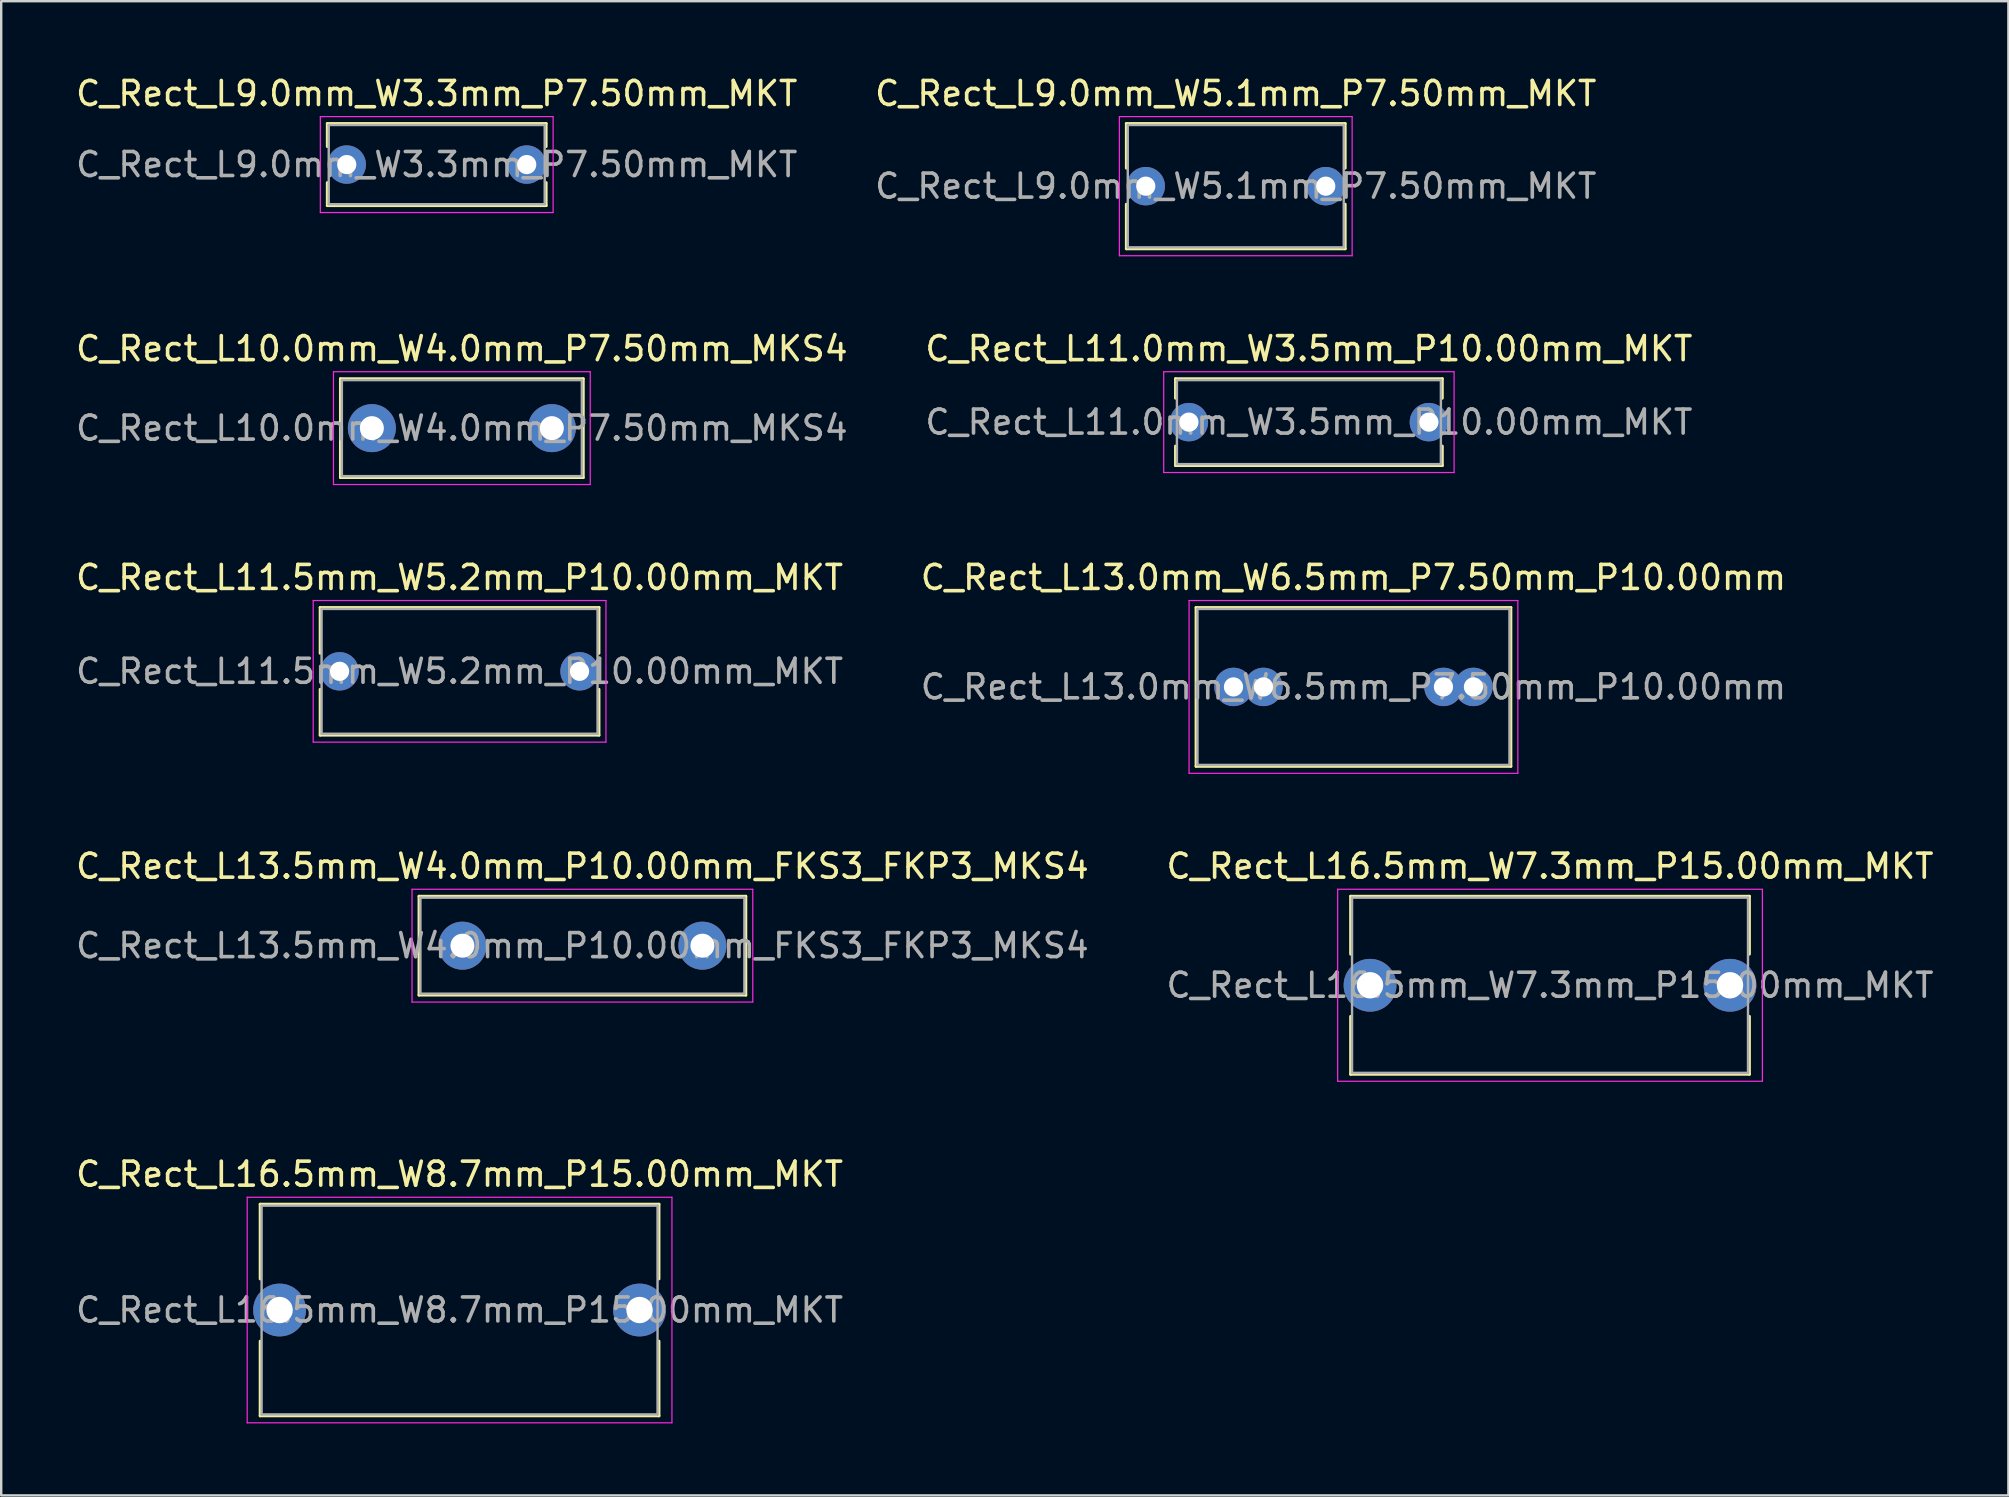
<source format=kicad_pcb>
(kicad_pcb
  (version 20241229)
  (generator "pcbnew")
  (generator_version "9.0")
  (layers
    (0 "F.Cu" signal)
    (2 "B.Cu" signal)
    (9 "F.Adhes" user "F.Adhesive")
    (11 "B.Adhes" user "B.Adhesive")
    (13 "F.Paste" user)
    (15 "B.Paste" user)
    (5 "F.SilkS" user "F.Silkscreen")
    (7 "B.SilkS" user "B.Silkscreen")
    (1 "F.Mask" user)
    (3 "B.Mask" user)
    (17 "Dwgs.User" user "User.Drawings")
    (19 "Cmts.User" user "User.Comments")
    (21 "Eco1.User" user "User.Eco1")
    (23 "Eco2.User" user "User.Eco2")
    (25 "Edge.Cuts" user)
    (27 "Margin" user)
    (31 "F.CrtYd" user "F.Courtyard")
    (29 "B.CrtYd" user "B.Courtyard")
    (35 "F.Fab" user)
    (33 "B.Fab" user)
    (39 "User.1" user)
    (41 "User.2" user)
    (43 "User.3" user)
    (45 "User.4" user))
  (footprint "C_Rect_L13.0mm_W6.5mm_P7.50mm_P10.00mm"
    (layer "F.Cu")
    (at 48.351 25.575)
    (property "Reference" "C_Rect_L13.0mm_W6.5mm_P7.50mm_P10.00mm" (at 5 -4.56 0) (layer "F.SilkS") (effects (font (size 1 1) (thickness 0.15))))
    (attr through_hole)
    (fp_line (start -1.56 -3.31) (end -1.56 3.31) (stroke (width 0.12) (type solid)) (layer "F.SilkS"))
    (fp_line (start -1.56 -3.31) (end 11.56 -3.31) (stroke (width 0.12) (type solid)) (layer "F.SilkS"))
    (fp_line (start -1.56 3.31) (end 11.56 3.31) (stroke (width 0.12) (type solid)) (layer "F.SilkS"))
    (fp_line (start 11.56 -3.31) (end 11.56 3.31) (stroke (width 0.12) (type solid)) (layer "F.SilkS"))
    (fp_line (start -1.85 -3.6) (end -1.85 3.6) (stroke (width 0.05) (type solid)) (layer "F.CrtYd"))
    (fp_line (start -1.85 3.6) (end 11.85 3.6) (stroke (width 0.05) (type solid)) (layer "F.CrtYd"))
    (fp_line (start 11.85 -3.6) (end -1.85 -3.6) (stroke (width 0.05) (type solid)) (layer "F.CrtYd"))
    (fp_line (start 11.85 3.6) (end 11.85 -3.6) (stroke (width 0.05) (type solid)) (layer "F.CrtYd"))
    (fp_line (start -1.5 -3.25) (end -1.5 3.25) (stroke (width 0.1) (type solid)) (layer "F.Fab"))
    (fp_line (start -1.5 3.25) (end 11.5 3.25) (stroke (width 0.1) (type solid)) (layer "F.Fab"))
    (fp_line (start 11.5 -3.25) (end -1.5 -3.25) (stroke (width 0.1) (type solid)) (layer "F.Fab"))
    (fp_line (start 11.5 3.25) (end 11.5 -3.25) (stroke (width 0.1) (type solid)) (layer "F.Fab"))
    (fp_text user "${REFERENCE}" (at 5 0 0) (layer "F.Fab") (effects (font (size 1 1) (thickness 0.15))))
    (pad "1" thru_hole circle (at 0 0) (size 1.6 1.6) (drill 0.8) (layers "*.Cu" "*.Mask"))
    (pad "1" thru_hole circle (at 1.25 0) (size 1.6 1.6) (drill 0.8) (layers "*.Cu" "*.Mask"))
    (pad "2" thru_hole circle (at 8.75 0) (size 1.6 1.6) (drill 0.8) (layers "*.Cu" "*.Mask"))
    (pad "2" thru_hole circle (at 10 0) (size 1.6 1.6) (drill 0.8) (layers "*.Cu" "*.Mask")))
  (footprint "C_Rect_L10.0mm_W4.0mm_P7.50mm_MKS4"
    (layer "F.Cu")
    (at 12.446 14.791)
    (property "Reference" "C_Rect_L10.0mm_W4.0mm_P7.50mm_MKS4" (at 3.75 -3.31 0) (layer "F.SilkS") (effects (font (size 1 1) (thickness 0.15))))
    (attr through_hole)
    (fp_line (start -1.31 -2.06) (end -1.31 2.06) (stroke (width 0.12) (type solid)) (layer "F.SilkS"))
    (fp_line (start -1.31 -2.06) (end 8.81 -2.06) (stroke (width 0.12) (type solid)) (layer "F.SilkS"))
    (fp_line (start -1.31 2.06) (end 8.81 2.06) (stroke (width 0.12) (type solid)) (layer "F.SilkS"))
    (fp_line (start 8.81 -2.06) (end 8.81 2.06) (stroke (width 0.12) (type solid)) (layer "F.SilkS"))
    (fp_line (start -1.6 -2.35) (end -1.6 2.35) (stroke (width 0.05) (type solid)) (layer "F.CrtYd"))
    (fp_line (start -1.6 2.35) (end 9.1 2.35) (stroke (width 0.05) (type solid)) (layer "F.CrtYd"))
    (fp_line (start 9.1 -2.35) (end -1.6 -2.35) (stroke (width 0.05) (type solid)) (layer "F.CrtYd"))
    (fp_line (start 9.1 2.35) (end 9.1 -2.35) (stroke (width 0.05) (type solid)) (layer "F.CrtYd"))
    (fp_line (start -1.25 -2) (end -1.25 2) (stroke (width 0.1) (type solid)) (layer "F.Fab"))
    (fp_line (start -1.25 2) (end 8.75 2) (stroke (width 0.1) (type solid)) (layer "F.Fab"))
    (fp_line (start 8.75 -2) (end -1.25 -2) (stroke (width 0.1) (type solid)) (layer "F.Fab"))
    (fp_line (start 8.75 2) (end 8.75 -2) (stroke (width 0.1) (type solid)) (layer "F.Fab"))
    (fp_text user "${REFERENCE}" (at 3.75 0 0) (layer "F.Fab") (effects (font (size 1 1) (thickness 0.15))))
    (pad "1" thru_hole circle (at 0 0) (size 2 2) (drill 1) (layers "*.Cu" "*.Mask"))
    (pad "2" thru_hole circle (at 7.5 0) (size 2 2) (drill 1) (layers "*.Cu" "*.Mask")))
  (footprint "C_Rect_L11.5mm_W5.2mm_P10.00mm_MKT"
    (layer "F.Cu")
    (at 11.101 24.925)
    (property "Reference" "C_Rect_L11.5mm_W5.2mm_P10.00mm_MKT" (at 5 -3.91 0) (layer "F.SilkS") (effects (font (size 1 1) (thickness 0.15))))
    (attr through_hole)
    (fp_line (start -0.81 -2.66) (end -0.81 -0.75) (stroke (width 0.12) (type solid)) (layer "F.SilkS"))
    (fp_line (start -0.81 -2.66) (end 10.81 -2.66) (stroke (width 0.12) (type solid)) (layer "F.SilkS"))
    (fp_line (start -0.81 0.75) (end -0.81 2.66) (stroke (width 0.12) (type solid)) (layer "F.SilkS"))
    (fp_line (start -0.81 2.66) (end 10.81 2.66) (stroke (width 0.12) (type solid)) (layer "F.SilkS"))
    (fp_line (start 10.81 -2.66) (end 10.81 -0.75) (stroke (width 0.12) (type solid)) (layer "F.SilkS"))
    (fp_line (start 10.81 0.75) (end 10.81 2.66) (stroke (width 0.12) (type solid)) (layer "F.SilkS"))
    (fp_line (start -1.1 -2.95) (end -1.1 2.95) (stroke (width 0.05) (type solid)) (layer "F.CrtYd"))
    (fp_line (start -1.1 2.95) (end 11.1 2.95) (stroke (width 0.05) (type solid)) (layer "F.CrtYd"))
    (fp_line (start 11.1 -2.95) (end -1.1 -2.95) (stroke (width 0.05) (type solid)) (layer "F.CrtYd"))
    (fp_line (start 11.1 2.95) (end 11.1 -2.95) (stroke (width 0.05) (type solid)) (layer "F.CrtYd"))
    (fp_line (start -0.75 -2.6) (end -0.75 2.6) (stroke (width 0.1) (type solid)) (layer "F.Fab"))
    (fp_line (start -0.75 2.6) (end 10.75 2.6) (stroke (width 0.1) (type solid)) (layer "F.Fab"))
    (fp_line (start 10.75 -2.6) (end -0.75 -2.6) (stroke (width 0.1) (type solid)) (layer "F.Fab"))
    (fp_line (start 10.75 2.6) (end 10.75 -2.6) (stroke (width 0.1) (type solid)) (layer "F.Fab"))
    (fp_text user "${REFERENCE}" (at 5 0 0) (layer "F.Fab") (effects (font (size 1 1) (thickness 0.15))))
    (pad "1" thru_hole circle (at 0 0) (size 1.6 1.6) (drill 0.8) (layers "*.Cu" "*.Mask"))
    (pad "2" thru_hole circle (at 10 0) (size 1.6 1.6) (drill 0.8) (layers "*.Cu" "*.Mask")))
  (footprint "C_Rect_L9.0mm_W3.3mm_P7.50mm_MKT"
    (layer "F.Cu")
    (at 11.399 3.808)
    (property "Reference" "C_Rect_L9.0mm_W3.3mm_P7.50mm_MKT" (at 3.75 -2.96 0) (layer "F.SilkS") (effects (font (size 1 1) (thickness 0.15))))
    (attr through_hole)
    (fp_line (start -0.81 -1.71) (end -0.81 -0.75) (stroke (width 0.12) (type solid)) (layer "F.SilkS"))
    (fp_line (start -0.81 -1.71) (end 8.31 -1.71) (stroke (width 0.12) (type solid)) (layer "F.SilkS"))
    (fp_line (start -0.81 0.75) (end -0.81 1.71) (stroke (width 0.12) (type solid)) (layer "F.SilkS"))
    (fp_line (start -0.81 1.71) (end 8.31 1.71) (stroke (width 0.12) (type solid)) (layer "F.SilkS"))
    (fp_line (start 8.31 -1.71) (end 8.31 -0.75) (stroke (width 0.12) (type solid)) (layer "F.SilkS"))
    (fp_line (start 8.31 0.75) (end 8.31 1.71) (stroke (width 0.12) (type solid)) (layer "F.SilkS"))
    (fp_line (start -1.1 -2) (end -1.1 2) (stroke (width 0.05) (type solid)) (layer "F.CrtYd"))
    (fp_line (start -1.1 2) (end 8.6 2) (stroke (width 0.05) (type solid)) (layer "F.CrtYd"))
    (fp_line (start 8.6 -2) (end -1.1 -2) (stroke (width 0.05) (type solid)) (layer "F.CrtYd"))
    (fp_line (start 8.6 2) (end 8.6 -2) (stroke (width 0.05) (type solid)) (layer "F.CrtYd"))
    (fp_line (start -0.75 -1.65) (end -0.75 1.65) (stroke (width 0.1) (type solid)) (layer "F.Fab"))
    (fp_line (start -0.75 1.65) (end 8.25 1.65) (stroke (width 0.1) (type solid)) (layer "F.Fab"))
    (fp_line (start 8.25 -1.65) (end -0.75 -1.65) (stroke (width 0.1) (type solid)) (layer "F.Fab"))
    (fp_line (start 8.25 1.65) (end 8.25 -1.65) (stroke (width 0.1) (type solid)) (layer "F.Fab"))
    (fp_text user "${REFERENCE}" (at 3.75 0 0) (layer "F.Fab") (effects (font (size 1 1) (thickness 0.15))))
    (pad "1" thru_hole circle (at 0 0) (size 1.6 1.6) (drill 0.8) (layers "*.Cu" "*.Mask"))
    (pad "2" thru_hole circle (at 7.5 0) (size 1.6 1.6) (drill 0.8) (layers "*.Cu" "*.Mask")))
  (footprint "C_Rect_L16.5mm_W7.3mm_P15.00mm_MKT"
    (layer "F.Cu")
    (at 54.042 38.008)
    (property "Reference" "C_Rect_L16.5mm_W7.3mm_P15.00mm_MKT" (at 7.5 -4.96 0) (layer "F.SilkS") (effects (font (size 1 1) (thickness 0.15))))
    (attr through_hole)
    (fp_line (start -0.81 -3.71) (end -0.81 -1.296) (stroke (width 0.12) (type solid)) (layer "F.SilkS"))
    (fp_line (start -0.81 -3.71) (end 15.81 -3.71) (stroke (width 0.12) (type solid)) (layer "F.SilkS"))
    (fp_line (start -0.81 1.296) (end -0.81 3.71) (stroke (width 0.12) (type solid)) (layer "F.SilkS"))
    (fp_line (start -0.81 3.71) (end 15.81 3.71) (stroke (width 0.12) (type solid)) (layer "F.SilkS"))
    (fp_line (start 15.81 -3.71) (end 15.81 -1.296) (stroke (width 0.12) (type solid)) (layer "F.SilkS"))
    (fp_line (start 15.81 1.296) (end 15.81 3.71) (stroke (width 0.12) (type solid)) (layer "F.SilkS"))
    (fp_line (start -1.35 -4) (end -1.35 4) (stroke (width 0.05) (type solid)) (layer "F.CrtYd"))
    (fp_line (start -1.35 4) (end 16.35 4) (stroke (width 0.05) (type solid)) (layer "F.CrtYd"))
    (fp_line (start 16.35 -4) (end -1.35 -4) (stroke (width 0.05) (type solid)) (layer "F.CrtYd"))
    (fp_line (start 16.35 4) (end 16.35 -4) (stroke (width 0.05) (type solid)) (layer "F.CrtYd"))
    (fp_line (start -0.75 -3.65) (end -0.75 3.65) (stroke (width 0.1) (type solid)) (layer "F.Fab"))
    (fp_line (start -0.75 3.65) (end 15.75 3.65) (stroke (width 0.1) (type solid)) (layer "F.Fab"))
    (fp_line (start 15.75 -3.65) (end -0.75 -3.65) (stroke (width 0.1) (type solid)) (layer "F.Fab"))
    (fp_line (start 15.75 3.65) (end 15.75 -3.65) (stroke (width 0.1) (type solid)) (layer "F.Fab"))
    (fp_text user "${REFERENCE}" (at 7.5 0 0) (layer "F.Fab") (effects (font (size 1 1) (thickness 0.15))))
    (pad "1" thru_hole circle (at 0 0) (size 2.2 2.2) (drill 1.1) (layers "*.Cu" "*.Mask"))
    (pad "2" thru_hole circle (at 15 0) (size 2.2 2.2) (drill 1.1) (layers "*.Cu" "*.Mask")))
  (footprint "C_Rect_L11.0mm_W3.5mm_P10.00mm_MKT"
    (layer "F.Cu")
    (at 46.494 14.541)
    (property "Reference" "C_Rect_L11.0mm_W3.5mm_P10.00mm_MKT" (at 5 -3.06 0) (layer "F.SilkS") (effects (font (size 1 1) (thickness 0.15))))
    (attr through_hole)
    (fp_line (start -0.56 -1.81) (end -0.56 -0.996) (stroke (width 0.12) (type solid)) (layer "F.SilkS"))
    (fp_line (start -0.56 -1.81) (end 10.56 -1.81) (stroke (width 0.12) (type solid)) (layer "F.SilkS"))
    (fp_line (start -0.56 0.996) (end -0.56 1.81) (stroke (width 0.12) (type solid)) (layer "F.SilkS"))
    (fp_line (start -0.56 1.81) (end 10.56 1.81) (stroke (width 0.12) (type solid)) (layer "F.SilkS"))
    (fp_line (start 10.56 -1.81) (end 10.56 -0.996) (stroke (width 0.12) (type solid)) (layer "F.SilkS"))
    (fp_line (start 10.56 0.996) (end 10.56 1.81) (stroke (width 0.12) (type solid)) (layer "F.SilkS"))
    (fp_line (start -1.05 -2.1) (end -1.05 2.1) (stroke (width 0.05) (type solid)) (layer "F.CrtYd"))
    (fp_line (start -1.05 2.1) (end 11.05 2.1) (stroke (width 0.05) (type solid)) (layer "F.CrtYd"))
    (fp_line (start 11.05 -2.1) (end -1.05 -2.1) (stroke (width 0.05) (type solid)) (layer "F.CrtYd"))
    (fp_line (start 11.05 2.1) (end 11.05 -2.1) (stroke (width 0.05) (type solid)) (layer "F.CrtYd"))
    (fp_line (start -0.5 -1.75) (end -0.5 1.75) (stroke (width 0.1) (type solid)) (layer "F.Fab"))
    (fp_line (start -0.5 1.75) (end 10.5 1.75) (stroke (width 0.1) (type solid)) (layer "F.Fab"))
    (fp_line (start 10.5 -1.75) (end -0.5 -1.75) (stroke (width 0.1) (type solid)) (layer "F.Fab"))
    (fp_line (start 10.5 1.75) (end 10.5 -1.75) (stroke (width 0.1) (type solid)) (layer "F.Fab"))
    (fp_text user "${REFERENCE}" (at 5 0 0) (layer "F.Fab") (effects (font (size 1 1) (thickness 0.15))))
    (pad "1" thru_hole circle (at 0 0) (size 1.6 1.6) (drill 0.8) (layers "*.Cu" "*.Mask"))
    (pad "2" thru_hole circle (at 10 0) (size 1.6 1.6) (drill 0.8) (layers "*.Cu" "*.Mask")))
  (footprint "C_Rect_L16.5mm_W8.7mm_P15.00mm_MKT"
    (layer "F.Cu")
    (at 8.601 51.541)
    (property "Reference" "C_Rect_L16.5mm_W8.7mm_P15.00mm_MKT" (at 7.5 -5.66 0) (layer "F.SilkS") (effects (font (size 1 1) (thickness 0.15))))
    (attr through_hole)
    (fp_line (start -0.81 -4.41) (end -0.81 -1.296) (stroke (width 0.12) (type solid)) (layer "F.SilkS"))
    (fp_line (start -0.81 -4.41) (end 15.81 -4.41) (stroke (width 0.12) (type solid)) (layer "F.SilkS"))
    (fp_line (start -0.81 1.296) (end -0.81 4.41) (stroke (width 0.12) (type solid)) (layer "F.SilkS"))
    (fp_line (start -0.81 4.41) (end 15.81 4.41) (stroke (width 0.12) (type solid)) (layer "F.SilkS"))
    (fp_line (start 15.81 -4.41) (end 15.81 -1.296) (stroke (width 0.12) (type solid)) (layer "F.SilkS"))
    (fp_line (start 15.81 1.296) (end 15.81 4.41) (stroke (width 0.12) (type solid)) (layer "F.SilkS"))
    (fp_line (start -1.35 -4.7) (end -1.35 4.7) (stroke (width 0.05) (type solid)) (layer "F.CrtYd"))
    (fp_line (start -1.35 4.7) (end 16.35 4.7) (stroke (width 0.05) (type solid)) (layer "F.CrtYd"))
    (fp_line (start 16.35 -4.7) (end -1.35 -4.7) (stroke (width 0.05) (type solid)) (layer "F.CrtYd"))
    (fp_line (start 16.35 4.7) (end 16.35 -4.7) (stroke (width 0.05) (type solid)) (layer "F.CrtYd"))
    (fp_line (start -0.75 -4.35) (end -0.75 4.35) (stroke (width 0.1) (type solid)) (layer "F.Fab"))
    (fp_line (start -0.75 4.35) (end 15.75 4.35) (stroke (width 0.1) (type solid)) (layer "F.Fab"))
    (fp_line (start 15.75 -4.35) (end -0.75 -4.35) (stroke (width 0.1) (type solid)) (layer "F.Fab"))
    (fp_line (start 15.75 4.35) (end 15.75 -4.35) (stroke (width 0.1) (type solid)) (layer "F.Fab"))
    (fp_text user "${REFERENCE}" (at 7.5 0 0) (layer "F.Fab") (effects (font (size 1 1) (thickness 0.15))))
    (pad "1" thru_hole circle (at 0 0) (size 2.2 2.2) (drill 1.1) (layers "*.Cu" "*.Mask"))
    (pad "2" thru_hole circle (at 15 0) (size 2.2 2.2) (drill 1.1) (layers "*.Cu" "*.Mask")))
  (footprint "C_Rect_L9.0mm_W5.1mm_P7.50mm_MKT"
    (layer "F.Cu")
    (at 44.696 4.708)
    (property "Reference" "C_Rect_L9.0mm_W5.1mm_P7.50mm_MKT" (at 3.75 -3.86 0) (layer "F.SilkS") (effects (font (size 1 1) (thickness 0.15))))
    (attr through_hole)
    (fp_line (start -0.81 -2.61) (end -0.81 -0.75) (stroke (width 0.12) (type solid)) (layer "F.SilkS"))
    (fp_line (start -0.81 -2.61) (end 8.31 -2.61) (stroke (width 0.12) (type solid)) (layer "F.SilkS"))
    (fp_line (start -0.81 0.75) (end -0.81 2.61) (stroke (width 0.12) (type solid)) (layer "F.SilkS"))
    (fp_line (start -0.81 2.61) (end 8.31 2.61) (stroke (width 0.12) (type solid)) (layer "F.SilkS"))
    (fp_line (start 8.31 -2.61) (end 8.31 -0.75) (stroke (width 0.12) (type solid)) (layer "F.SilkS"))
    (fp_line (start 8.31 0.75) (end 8.31 2.61) (stroke (width 0.12) (type solid)) (layer "F.SilkS"))
    (fp_line (start -1.1 -2.9) (end -1.1 2.9) (stroke (width 0.05) (type solid)) (layer "F.CrtYd"))
    (fp_line (start -1.1 2.9) (end 8.6 2.9) (stroke (width 0.05) (type solid)) (layer "F.CrtYd"))
    (fp_line (start 8.6 -2.9) (end -1.1 -2.9) (stroke (width 0.05) (type solid)) (layer "F.CrtYd"))
    (fp_line (start 8.6 2.9) (end 8.6 -2.9) (stroke (width 0.05) (type solid)) (layer "F.CrtYd"))
    (fp_line (start -0.75 -2.55) (end -0.75 2.55) (stroke (width 0.1) (type solid)) (layer "F.Fab"))
    (fp_line (start -0.75 2.55) (end 8.25 2.55) (stroke (width 0.1) (type solid)) (layer "F.Fab"))
    (fp_line (start 8.25 -2.55) (end -0.75 -2.55) (stroke (width 0.1) (type solid)) (layer "F.Fab"))
    (fp_line (start 8.25 2.55) (end 8.25 -2.55) (stroke (width 0.1) (type solid)) (layer "F.Fab"))
    (fp_text user "${REFERENCE}" (at 3.75 0 0) (layer "F.Fab") (effects (font (size 1 1) (thickness 0.15))))
    (pad "1" thru_hole circle (at 0 0) (size 1.6 1.6) (drill 0.8) (layers "*.Cu" "*.Mask"))
    (pad "2" thru_hole circle (at 7.5 0) (size 1.6 1.6) (drill 0.8) (layers "*.Cu" "*.Mask")))
  (footprint "C_Rect_L13.5mm_W4.0mm_P10.00mm_FKS3_FKP3_MKS4"
    (layer "F.Cu")
    (at 16.22 36.358)
    (property "Reference" "C_Rect_L13.5mm_W4.0mm_P10.00mm_FKS3_FKP3_MKS4" (at 5 -3.31 0) (layer "F.SilkS") (effects (font (size 1 1) (thickness 0.15))))
    (attr through_hole)
    (fp_line (start -1.81 -2.06) (end -1.81 2.06) (stroke (width 0.12) (type solid)) (layer "F.SilkS"))
    (fp_line (start -1.81 -2.06) (end 11.81 -2.06) (stroke (width 0.12) (type solid)) (layer "F.SilkS"))
    (fp_line (start -1.81 2.06) (end 11.81 2.06) (stroke (width 0.12) (type solid)) (layer "F.SilkS"))
    (fp_line (start 11.81 -2.06) (end 11.81 2.06) (stroke (width 0.12) (type solid)) (layer "F.SilkS"))
    (fp_line (start -2.1 -2.35) (end -2.1 2.35) (stroke (width 0.05) (type solid)) (layer "F.CrtYd"))
    (fp_line (start -2.1 2.35) (end 12.1 2.35) (stroke (width 0.05) (type solid)) (layer "F.CrtYd"))
    (fp_line (start 12.1 -2.35) (end -2.1 -2.35) (stroke (width 0.05) (type solid)) (layer "F.CrtYd"))
    (fp_line (start 12.1 2.35) (end 12.1 -2.35) (stroke (width 0.05) (type solid)) (layer "F.CrtYd"))
    (fp_line (start -1.75 -2) (end -1.75 2) (stroke (width 0.1) (type solid)) (layer "F.Fab"))
    (fp_line (start -1.75 2) (end 11.75 2) (stroke (width 0.1) (type solid)) (layer "F.Fab"))
    (fp_line (start 11.75 -2) (end -1.75 -2) (stroke (width 0.1) (type solid)) (layer "F.Fab"))
    (fp_line (start 11.75 2) (end 11.75 -2) (stroke (width 0.1) (type solid)) (layer "F.Fab"))
    (fp_text user "${REFERENCE}" (at 5 0 0) (layer "F.Fab") (effects (font (size 1 1) (thickness 0.15))))
    (pad "1" thru_hole circle (at 0 0) (size 2 2) (drill 1) (layers "*.Cu" "*.Mask"))
    (pad "2" thru_hole circle (at 10 0) (size 2 2) (drill 1) (layers "*.Cu" "*.Mask")))
  (gr_rect
    (start -3 -3)
    (end 80.643 59.266)
    (stroke (width 0.1) (type default))
    (fill no)
    (layer "Edge.Cuts")))
</source>
